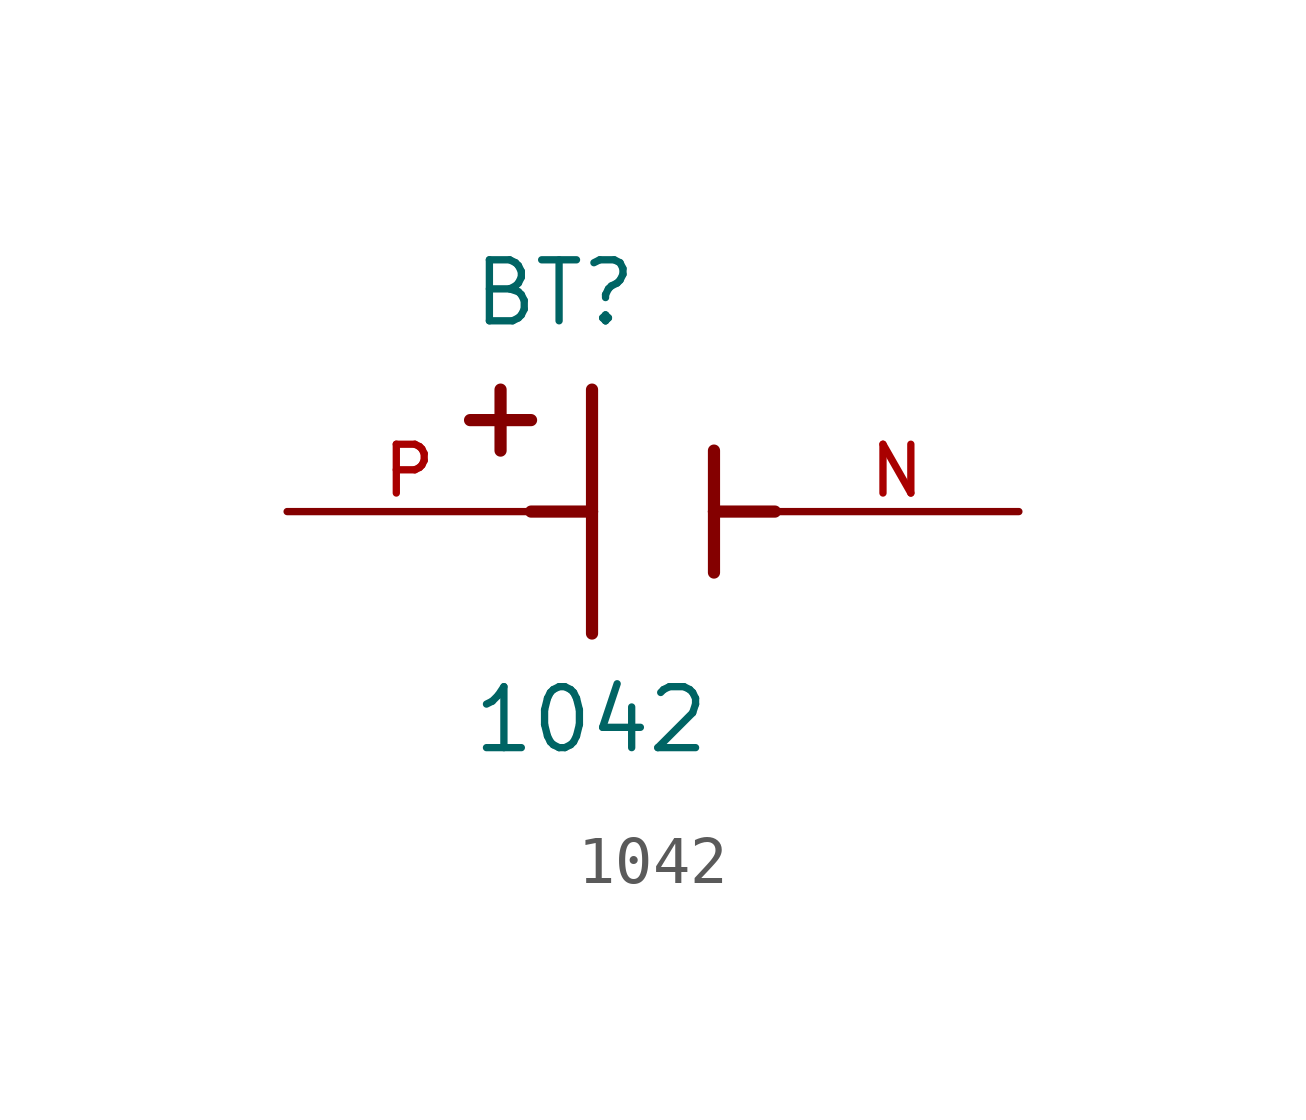
<source format=kicad_sym>
(kicad_symbol_lib
  (version 20220914)
  (generator kicad_symbol_editor)
  (symbol "1042"
    (pin_names
      (offset 1.016))
    (property "Reference" "BT"
      (at -3.81 3.81 0)
      (effects (font (size 1.27 1.27)) (justify left bottom)))
    (property "Value" "1042"
      (at -3.81 -5.08 0)
      (effects (font (size 1.27 1.27)) (justify left bottom)))
    (symbol "1042_0_0"
      (polyline (pts (xy -3.81 1.905) (xy -2.54 1.905)) (stroke (width 0.254) (type default)) (fill (type none)))
      (polyline (pts (xy -3.175 2.54) (xy -3.175 1.27)) (stroke (width 0.254) (type default)) (fill (type none)))
      (polyline (pts (xy -1.27 0) (xy -2.54 0)) (stroke (width 0.254) (type default)) (fill (type none)))
      (polyline (pts (xy -1.27 0) (xy -1.27 -2.54)) (stroke (width 0.254) (type default)) (fill (type none)))
      (polyline (pts (xy -1.27 2.54) (xy -1.27 0)) (stroke (width 0.254) (type default)) (fill (type none)))
      (polyline (pts (xy 1.27 0) (xy 1.27 -1.27)) (stroke (width 0.254) (type default)) (fill (type none)))
      (polyline (pts (xy 1.27 0) (xy 2.54 0)) (stroke (width 0.254) (type default)) (fill (type none)))
      (polyline (pts (xy 1.27 1.27) (xy 1.27 0)) (stroke (width 0.254) (type default)) (fill (type none)))
      (pin passive line (at 7.62 0 180) (length 5.08) (name "~" (effects (font (size 1.016 1.016)))) (number "N" (effects (font (size 1.016 1.016)))))
      (pin passive line (at -7.62 0 0) (length 5.08) (name "~" (effects (font (size 1.016 1.016)))) (number "P" (effects (font (size 1.016 1.016))))))))
</source>
